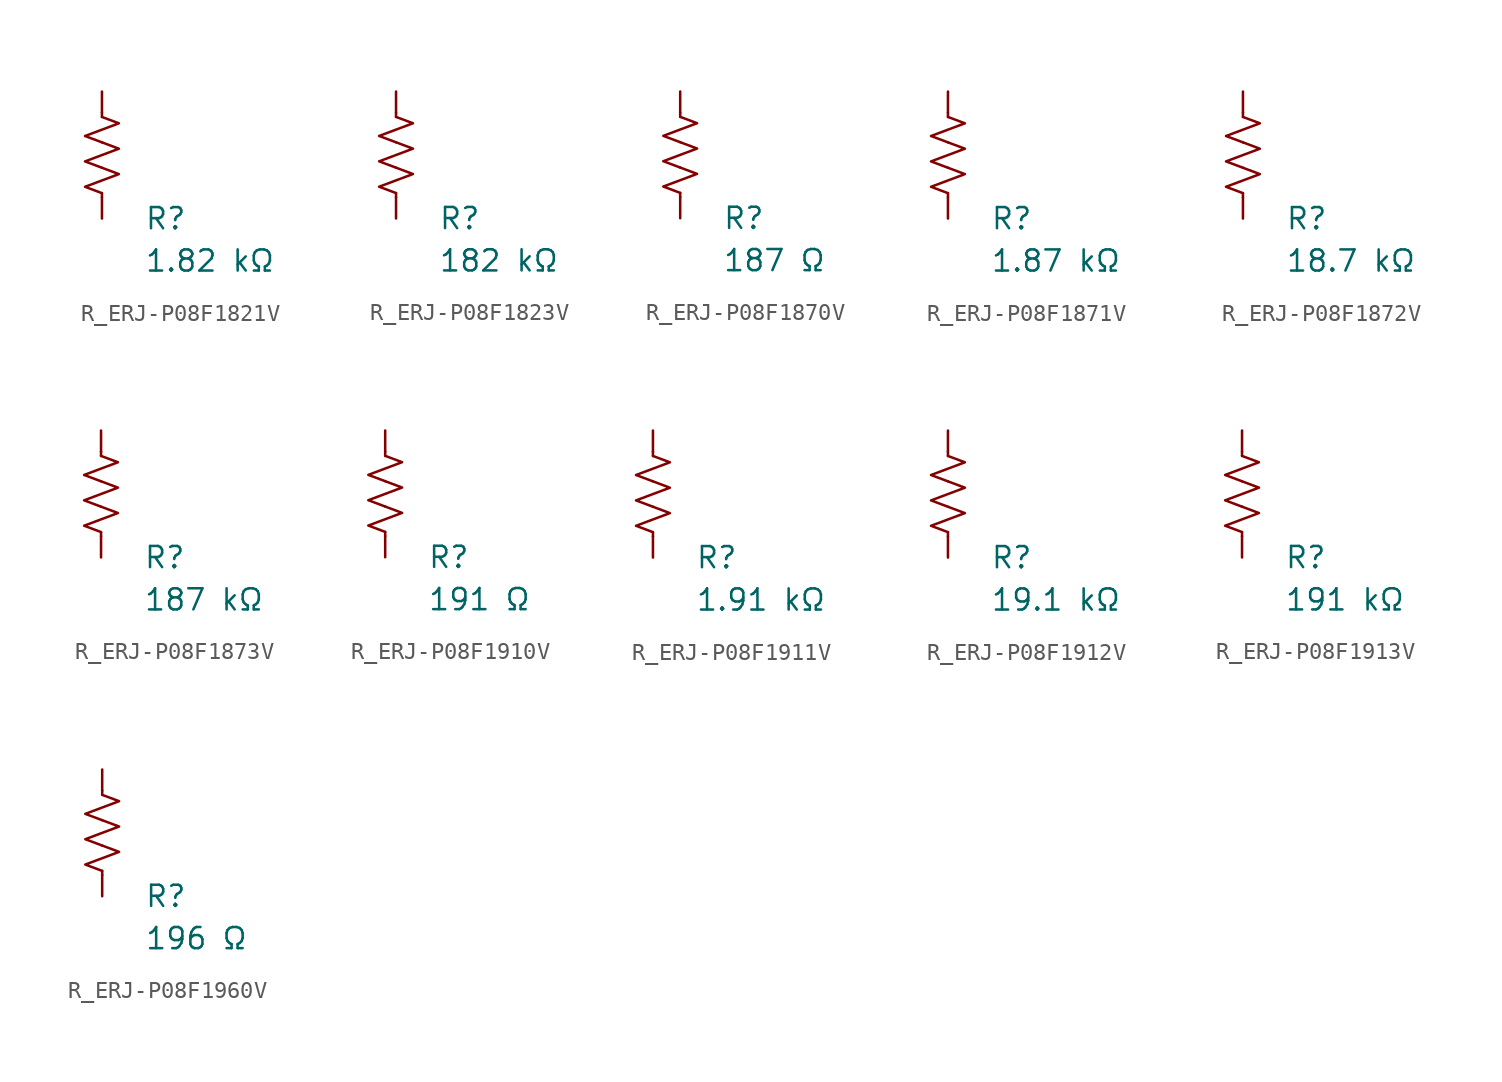
<source format=kicad_sym>
(kicad_symbol_lib
  (version 20231120)
  (generator "kicad_symbol_editor")
  (generator_version "8.0")
  (symbol "R_ERJ-P08F1821V"
    (pin_numbers hide)
    (pin_names
      (offset 0))
    (property "Reference" "R"
      (at 2.54 -3.81 0)
      (effects (font (size 1.27 1.27)) (justify left))
      (show_name no))
    (property "Value" "1.82 kΩ"
      (at 2.54 -6.35 0)
      (effects (font (size 1.27 1.27)) (justify left))
      (show_name no))
    (symbol "R_ERJ-P08F1821V_0_1"
      (polyline (pts (xy 0 -2.286) (xy 0 -2.54)) (stroke (width 0) (type default)) (fill (type none)))
      (polyline (pts (xy 0 2.286) (xy 0 2.54)) (stroke (width 0) (type default)) (fill (type none)))
      (polyline (pts (xy 0 -0.762) (xy 1.016 -1.143) (xy 0 -1.524) (xy -1.016 -1.905) (xy 0 -2.286)) (stroke (width 0) (type default)) (fill (type none)))
      (polyline (pts (xy 0 0.762) (xy 1.016 0.381) (xy 0 0) (xy -1.016 -0.381) (xy 0 -0.762)) (stroke (width 0) (type default)) (fill (type none)))
      (polyline (pts (xy 0 2.286) (xy 1.016 1.905) (xy 0 1.524) (xy -1.016 1.143) (xy 0 0.762)) (stroke (width 0) (type default)) (fill (type none))))
    (symbol "R_ERJ-P08F1821V_1_1"
      (pin passive line (at 0 3.81 270) (length 1.27) (name "~" (effects (font (size 1.27 1.27)))) (number "1" (effects (font (size 1.27 1.27)))))
      (pin passive line (at 0 -3.81 90) (length 1.27) (name "~" (effects (font (size 1.27 1.27)))) (number "2" (effects (font (size 1.27 1.27)))))))
  (symbol "R_ERJ-P08F1823V"
    (pin_numbers hide)
    (pin_names
      (offset 0))
    (property "Reference" "R"
      (at 2.54 -3.81 0)
      (effects (font (size 1.27 1.27)) (justify left))
      (show_name no))
    (property "Value" "182 kΩ"
      (at 2.54 -6.35 0)
      (effects (font (size 1.27 1.27)) (justify left))
      (show_name no))
    (symbol "R_ERJ-P08F1823V_0_1"
      (polyline (pts (xy 0 -2.286) (xy 0 -2.54)) (stroke (width 0) (type default)) (fill (type none)))
      (polyline (pts (xy 0 2.286) (xy 0 2.54)) (stroke (width 0) (type default)) (fill (type none)))
      (polyline (pts (xy 0 -0.762) (xy 1.016 -1.143) (xy 0 -1.524) (xy -1.016 -1.905) (xy 0 -2.286)) (stroke (width 0) (type default)) (fill (type none)))
      (polyline (pts (xy 0 0.762) (xy 1.016 0.381) (xy 0 0) (xy -1.016 -0.381) (xy 0 -0.762)) (stroke (width 0) (type default)) (fill (type none)))
      (polyline (pts (xy 0 2.286) (xy 1.016 1.905) (xy 0 1.524) (xy -1.016 1.143) (xy 0 0.762)) (stroke (width 0) (type default)) (fill (type none))))
    (symbol "R_ERJ-P08F1823V_1_1"
      (pin passive line (at 0 3.81 270) (length 1.27) (name "~" (effects (font (size 1.27 1.27)))) (number "1" (effects (font (size 1.27 1.27)))))
      (pin passive line (at 0 -3.81 90) (length 1.27) (name "~" (effects (font (size 1.27 1.27)))) (number "2" (effects (font (size 1.27 1.27)))))))
  (symbol "R_ERJ-P08F1870V"
    (pin_numbers hide)
    (pin_names
      (offset 0))
    (property "Reference" "R"
      (at 2.54 -3.81 0)
      (effects (font (size 1.27 1.27)) (justify left))
      (show_name no))
    (property "Value" "187 Ω"
      (at 2.54 -6.35 0)
      (effects (font (size 1.27 1.27)) (justify left))
      (show_name no))
    (symbol "R_ERJ-P08F1870V_0_1"
      (polyline (pts (xy 0 -2.286) (xy 0 -2.54)) (stroke (width 0) (type default)) (fill (type none)))
      (polyline (pts (xy 0 2.286) (xy 0 2.54)) (stroke (width 0) (type default)) (fill (type none)))
      (polyline (pts (xy 0 -0.762) (xy 1.016 -1.143) (xy 0 -1.524) (xy -1.016 -1.905) (xy 0 -2.286)) (stroke (width 0) (type default)) (fill (type none)))
      (polyline (pts (xy 0 0.762) (xy 1.016 0.381) (xy 0 0) (xy -1.016 -0.381) (xy 0 -0.762)) (stroke (width 0) (type default)) (fill (type none)))
      (polyline (pts (xy 0 2.286) (xy 1.016 1.905) (xy 0 1.524) (xy -1.016 1.143) (xy 0 0.762)) (stroke (width 0) (type default)) (fill (type none))))
    (symbol "R_ERJ-P08F1870V_1_1"
      (pin passive line (at 0 3.81 270) (length 1.27) (name "~" (effects (font (size 1.27 1.27)))) (number "1" (effects (font (size 1.27 1.27)))))
      (pin passive line (at 0 -3.81 90) (length 1.27) (name "~" (effects (font (size 1.27 1.27)))) (number "2" (effects (font (size 1.27 1.27)))))))
  (symbol "R_ERJ-P08F1871V"
    (pin_numbers hide)
    (pin_names
      (offset 0))
    (property "Reference" "R"
      (at 2.54 -3.81 0)
      (effects (font (size 1.27 1.27)) (justify left))
      (show_name no))
    (property "Value" "1.87 kΩ"
      (at 2.54 -6.35 0)
      (effects (font (size 1.27 1.27)) (justify left))
      (show_name no))
    (symbol "R_ERJ-P08F1871V_0_1"
      (polyline (pts (xy 0 -2.286) (xy 0 -2.54)) (stroke (width 0) (type default)) (fill (type none)))
      (polyline (pts (xy 0 2.286) (xy 0 2.54)) (stroke (width 0) (type default)) (fill (type none)))
      (polyline (pts (xy 0 -0.762) (xy 1.016 -1.143) (xy 0 -1.524) (xy -1.016 -1.905) (xy 0 -2.286)) (stroke (width 0) (type default)) (fill (type none)))
      (polyline (pts (xy 0 0.762) (xy 1.016 0.381) (xy 0 0) (xy -1.016 -0.381) (xy 0 -0.762)) (stroke (width 0) (type default)) (fill (type none)))
      (polyline (pts (xy 0 2.286) (xy 1.016 1.905) (xy 0 1.524) (xy -1.016 1.143) (xy 0 0.762)) (stroke (width 0) (type default)) (fill (type none))))
    (symbol "R_ERJ-P08F1871V_1_1"
      (pin passive line (at 0 3.81 270) (length 1.27) (name "~" (effects (font (size 1.27 1.27)))) (number "1" (effects (font (size 1.27 1.27)))))
      (pin passive line (at 0 -3.81 90) (length 1.27) (name "~" (effects (font (size 1.27 1.27)))) (number "2" (effects (font (size 1.27 1.27)))))))
  (symbol "R_ERJ-P08F1872V"
    (pin_numbers hide)
    (pin_names
      (offset 0))
    (property "Reference" "R"
      (at 2.54 -3.81 0)
      (effects (font (size 1.27 1.27)) (justify left))
      (show_name no))
    (property "Value" "18.7 kΩ"
      (at 2.54 -6.35 0)
      (effects (font (size 1.27 1.27)) (justify left))
      (show_name no))
    (symbol "R_ERJ-P08F1872V_0_1"
      (polyline (pts (xy 0 -2.286) (xy 0 -2.54)) (stroke (width 0) (type default)) (fill (type none)))
      (polyline (pts (xy 0 2.286) (xy 0 2.54)) (stroke (width 0) (type default)) (fill (type none)))
      (polyline (pts (xy 0 -0.762) (xy 1.016 -1.143) (xy 0 -1.524) (xy -1.016 -1.905) (xy 0 -2.286)) (stroke (width 0) (type default)) (fill (type none)))
      (polyline (pts (xy 0 0.762) (xy 1.016 0.381) (xy 0 0) (xy -1.016 -0.381) (xy 0 -0.762)) (stroke (width 0) (type default)) (fill (type none)))
      (polyline (pts (xy 0 2.286) (xy 1.016 1.905) (xy 0 1.524) (xy -1.016 1.143) (xy 0 0.762)) (stroke (width 0) (type default)) (fill (type none))))
    (symbol "R_ERJ-P08F1872V_1_1"
      (pin passive line (at 0 3.81 270) (length 1.27) (name "~" (effects (font (size 1.27 1.27)))) (number "1" (effects (font (size 1.27 1.27)))))
      (pin passive line (at 0 -3.81 90) (length 1.27) (name "~" (effects (font (size 1.27 1.27)))) (number "2" (effects (font (size 1.27 1.27)))))))
  (symbol "R_ERJ-P08F1873V"
    (pin_numbers hide)
    (pin_names
      (offset 0))
    (property "Reference" "R"
      (at 2.54 -3.81 0)
      (effects (font (size 1.27 1.27)) (justify left))
      (show_name no))
    (property "Value" "187 kΩ"
      (at 2.54 -6.35 0)
      (effects (font (size 1.27 1.27)) (justify left))
      (show_name no))
    (symbol "R_ERJ-P08F1873V_0_1"
      (polyline (pts (xy 0 -2.286) (xy 0 -2.54)) (stroke (width 0) (type default)) (fill (type none)))
      (polyline (pts (xy 0 2.286) (xy 0 2.54)) (stroke (width 0) (type default)) (fill (type none)))
      (polyline (pts (xy 0 -0.762) (xy 1.016 -1.143) (xy 0 -1.524) (xy -1.016 -1.905) (xy 0 -2.286)) (stroke (width 0) (type default)) (fill (type none)))
      (polyline (pts (xy 0 0.762) (xy 1.016 0.381) (xy 0 0) (xy -1.016 -0.381) (xy 0 -0.762)) (stroke (width 0) (type default)) (fill (type none)))
      (polyline (pts (xy 0 2.286) (xy 1.016 1.905) (xy 0 1.524) (xy -1.016 1.143) (xy 0 0.762)) (stroke (width 0) (type default)) (fill (type none))))
    (symbol "R_ERJ-P08F1873V_1_1"
      (pin passive line (at 0 3.81 270) (length 1.27) (name "~" (effects (font (size 1.27 1.27)))) (number "1" (effects (font (size 1.27 1.27)))))
      (pin passive line (at 0 -3.81 90) (length 1.27) (name "~" (effects (font (size 1.27 1.27)))) (number "2" (effects (font (size 1.27 1.27)))))))
  (symbol "R_ERJ-P08F1910V"
    (pin_numbers hide)
    (pin_names
      (offset 0))
    (property "Reference" "R"
      (at 2.54 -3.81 0)
      (effects (font (size 1.27 1.27)) (justify left))
      (show_name no))
    (property "Value" "191 Ω"
      (at 2.54 -6.35 0)
      (effects (font (size 1.27 1.27)) (justify left))
      (show_name no))
    (symbol "R_ERJ-P08F1910V_0_1"
      (polyline (pts (xy 0 -2.286) (xy 0 -2.54)) (stroke (width 0) (type default)) (fill (type none)))
      (polyline (pts (xy 0 2.286) (xy 0 2.54)) (stroke (width 0) (type default)) (fill (type none)))
      (polyline (pts (xy 0 -0.762) (xy 1.016 -1.143) (xy 0 -1.524) (xy -1.016 -1.905) (xy 0 -2.286)) (stroke (width 0) (type default)) (fill (type none)))
      (polyline (pts (xy 0 0.762) (xy 1.016 0.381) (xy 0 0) (xy -1.016 -0.381) (xy 0 -0.762)) (stroke (width 0) (type default)) (fill (type none)))
      (polyline (pts (xy 0 2.286) (xy 1.016 1.905) (xy 0 1.524) (xy -1.016 1.143) (xy 0 0.762)) (stroke (width 0) (type default)) (fill (type none))))
    (symbol "R_ERJ-P08F1910V_1_1"
      (pin passive line (at 0 3.81 270) (length 1.27) (name "~" (effects (font (size 1.27 1.27)))) (number "1" (effects (font (size 1.27 1.27)))))
      (pin passive line (at 0 -3.81 90) (length 1.27) (name "~" (effects (font (size 1.27 1.27)))) (number "2" (effects (font (size 1.27 1.27)))))))
  (symbol "R_ERJ-P08F1911V"
    (pin_numbers hide)
    (pin_names
      (offset 0))
    (property "Reference" "R"
      (at 2.54 -3.81 0)
      (effects (font (size 1.27 1.27)) (justify left))
      (show_name no))
    (property "Value" "1.91 kΩ"
      (at 2.54 -6.35 0)
      (effects (font (size 1.27 1.27)) (justify left))
      (show_name no))
    (symbol "R_ERJ-P08F1911V_0_1"
      (polyline (pts (xy 0 -2.286) (xy 0 -2.54)) (stroke (width 0) (type default)) (fill (type none)))
      (polyline (pts (xy 0 2.286) (xy 0 2.54)) (stroke (width 0) (type default)) (fill (type none)))
      (polyline (pts (xy 0 -0.762) (xy 1.016 -1.143) (xy 0 -1.524) (xy -1.016 -1.905) (xy 0 -2.286)) (stroke (width 0) (type default)) (fill (type none)))
      (polyline (pts (xy 0 0.762) (xy 1.016 0.381) (xy 0 0) (xy -1.016 -0.381) (xy 0 -0.762)) (stroke (width 0) (type default)) (fill (type none)))
      (polyline (pts (xy 0 2.286) (xy 1.016 1.905) (xy 0 1.524) (xy -1.016 1.143) (xy 0 0.762)) (stroke (width 0) (type default)) (fill (type none))))
    (symbol "R_ERJ-P08F1911V_1_1"
      (pin passive line (at 0 3.81 270) (length 1.27) (name "~" (effects (font (size 1.27 1.27)))) (number "1" (effects (font (size 1.27 1.27)))))
      (pin passive line (at 0 -3.81 90) (length 1.27) (name "~" (effects (font (size 1.27 1.27)))) (number "2" (effects (font (size 1.27 1.27)))))))
  (symbol "R_ERJ-P08F1912V"
    (pin_numbers hide)
    (pin_names
      (offset 0))
    (property "Reference" "R"
      (at 2.54 -3.81 0)
      (effects (font (size 1.27 1.27)) (justify left))
      (show_name no))
    (property "Value" "19.1 kΩ"
      (at 2.54 -6.35 0)
      (effects (font (size 1.27 1.27)) (justify left))
      (show_name no))
    (symbol "R_ERJ-P08F1912V_0_1"
      (polyline (pts (xy 0 -2.286) (xy 0 -2.54)) (stroke (width 0) (type default)) (fill (type none)))
      (polyline (pts (xy 0 2.286) (xy 0 2.54)) (stroke (width 0) (type default)) (fill (type none)))
      (polyline (pts (xy 0 -0.762) (xy 1.016 -1.143) (xy 0 -1.524) (xy -1.016 -1.905) (xy 0 -2.286)) (stroke (width 0) (type default)) (fill (type none)))
      (polyline (pts (xy 0 0.762) (xy 1.016 0.381) (xy 0 0) (xy -1.016 -0.381) (xy 0 -0.762)) (stroke (width 0) (type default)) (fill (type none)))
      (polyline (pts (xy 0 2.286) (xy 1.016 1.905) (xy 0 1.524) (xy -1.016 1.143) (xy 0 0.762)) (stroke (width 0) (type default)) (fill (type none))))
    (symbol "R_ERJ-P08F1912V_1_1"
      (pin passive line (at 0 3.81 270) (length 1.27) (name "~" (effects (font (size 1.27 1.27)))) (number "1" (effects (font (size 1.27 1.27)))))
      (pin passive line (at 0 -3.81 90) (length 1.27) (name "~" (effects (font (size 1.27 1.27)))) (number "2" (effects (font (size 1.27 1.27)))))))
  (symbol "R_ERJ-P08F1913V"
    (pin_numbers hide)
    (pin_names
      (offset 0))
    (property "Reference" "R"
      (at 2.54 -3.81 0)
      (effects (font (size 1.27 1.27)) (justify left))
      (show_name no))
    (property "Value" "191 kΩ"
      (at 2.54 -6.35 0)
      (effects (font (size 1.27 1.27)) (justify left))
      (show_name no))
    (symbol "R_ERJ-P08F1913V_0_1"
      (polyline (pts (xy 0 -2.286) (xy 0 -2.54)) (stroke (width 0) (type default)) (fill (type none)))
      (polyline (pts (xy 0 2.286) (xy 0 2.54)) (stroke (width 0) (type default)) (fill (type none)))
      (polyline (pts (xy 0 -0.762) (xy 1.016 -1.143) (xy 0 -1.524) (xy -1.016 -1.905) (xy 0 -2.286)) (stroke (width 0) (type default)) (fill (type none)))
      (polyline (pts (xy 0 0.762) (xy 1.016 0.381) (xy 0 0) (xy -1.016 -0.381) (xy 0 -0.762)) (stroke (width 0) (type default)) (fill (type none)))
      (polyline (pts (xy 0 2.286) (xy 1.016 1.905) (xy 0 1.524) (xy -1.016 1.143) (xy 0 0.762)) (stroke (width 0) (type default)) (fill (type none))))
    (symbol "R_ERJ-P08F1913V_1_1"
      (pin passive line (at 0 3.81 270) (length 1.27) (name "~" (effects (font (size 1.27 1.27)))) (number "1" (effects (font (size 1.27 1.27)))))
      (pin passive line (at 0 -3.81 90) (length 1.27) (name "~" (effects (font (size 1.27 1.27)))) (number "2" (effects (font (size 1.27 1.27)))))))
  (symbol "R_ERJ-P08F1960V"
    (pin_numbers hide)
    (pin_names
      (offset 0))
    (property "Reference" "R"
      (at 2.54 -3.81 0)
      (effects (font (size 1.27 1.27)) (justify left))
      (show_name no))
    (property "Value" "196 Ω"
      (at 2.54 -6.35 0)
      (effects (font (size 1.27 1.27)) (justify left))
      (show_name no))
    (symbol "R_ERJ-P08F1960V_0_1"
      (polyline (pts (xy 0 -2.286) (xy 0 -2.54)) (stroke (width 0) (type default)) (fill (type none)))
      (polyline (pts (xy 0 2.286) (xy 0 2.54)) (stroke (width 0) (type default)) (fill (type none)))
      (polyline (pts (xy 0 -0.762) (xy 1.016 -1.143) (xy 0 -1.524) (xy -1.016 -1.905) (xy 0 -2.286)) (stroke (width 0) (type default)) (fill (type none)))
      (polyline (pts (xy 0 0.762) (xy 1.016 0.381) (xy 0 0) (xy -1.016 -0.381) (xy 0 -0.762)) (stroke (width 0) (type default)) (fill (type none)))
      (polyline (pts (xy 0 2.286) (xy 1.016 1.905) (xy 0 1.524) (xy -1.016 1.143) (xy 0 0.762)) (stroke (width 0) (type default)) (fill (type none))))
    (symbol "R_ERJ-P08F1960V_1_1"
      (pin passive line (at 0 3.81 270) (length 1.27) (name "~" (effects (font (size 1.27 1.27)))) (number "1" (effects (font (size 1.27 1.27)))))
      (pin passive line (at 0 -3.81 90) (length 1.27) (name "~" (effects (font (size 1.27 1.27)))) (number "2" (effects (font (size 1.27 1.27))))))))
</source>
